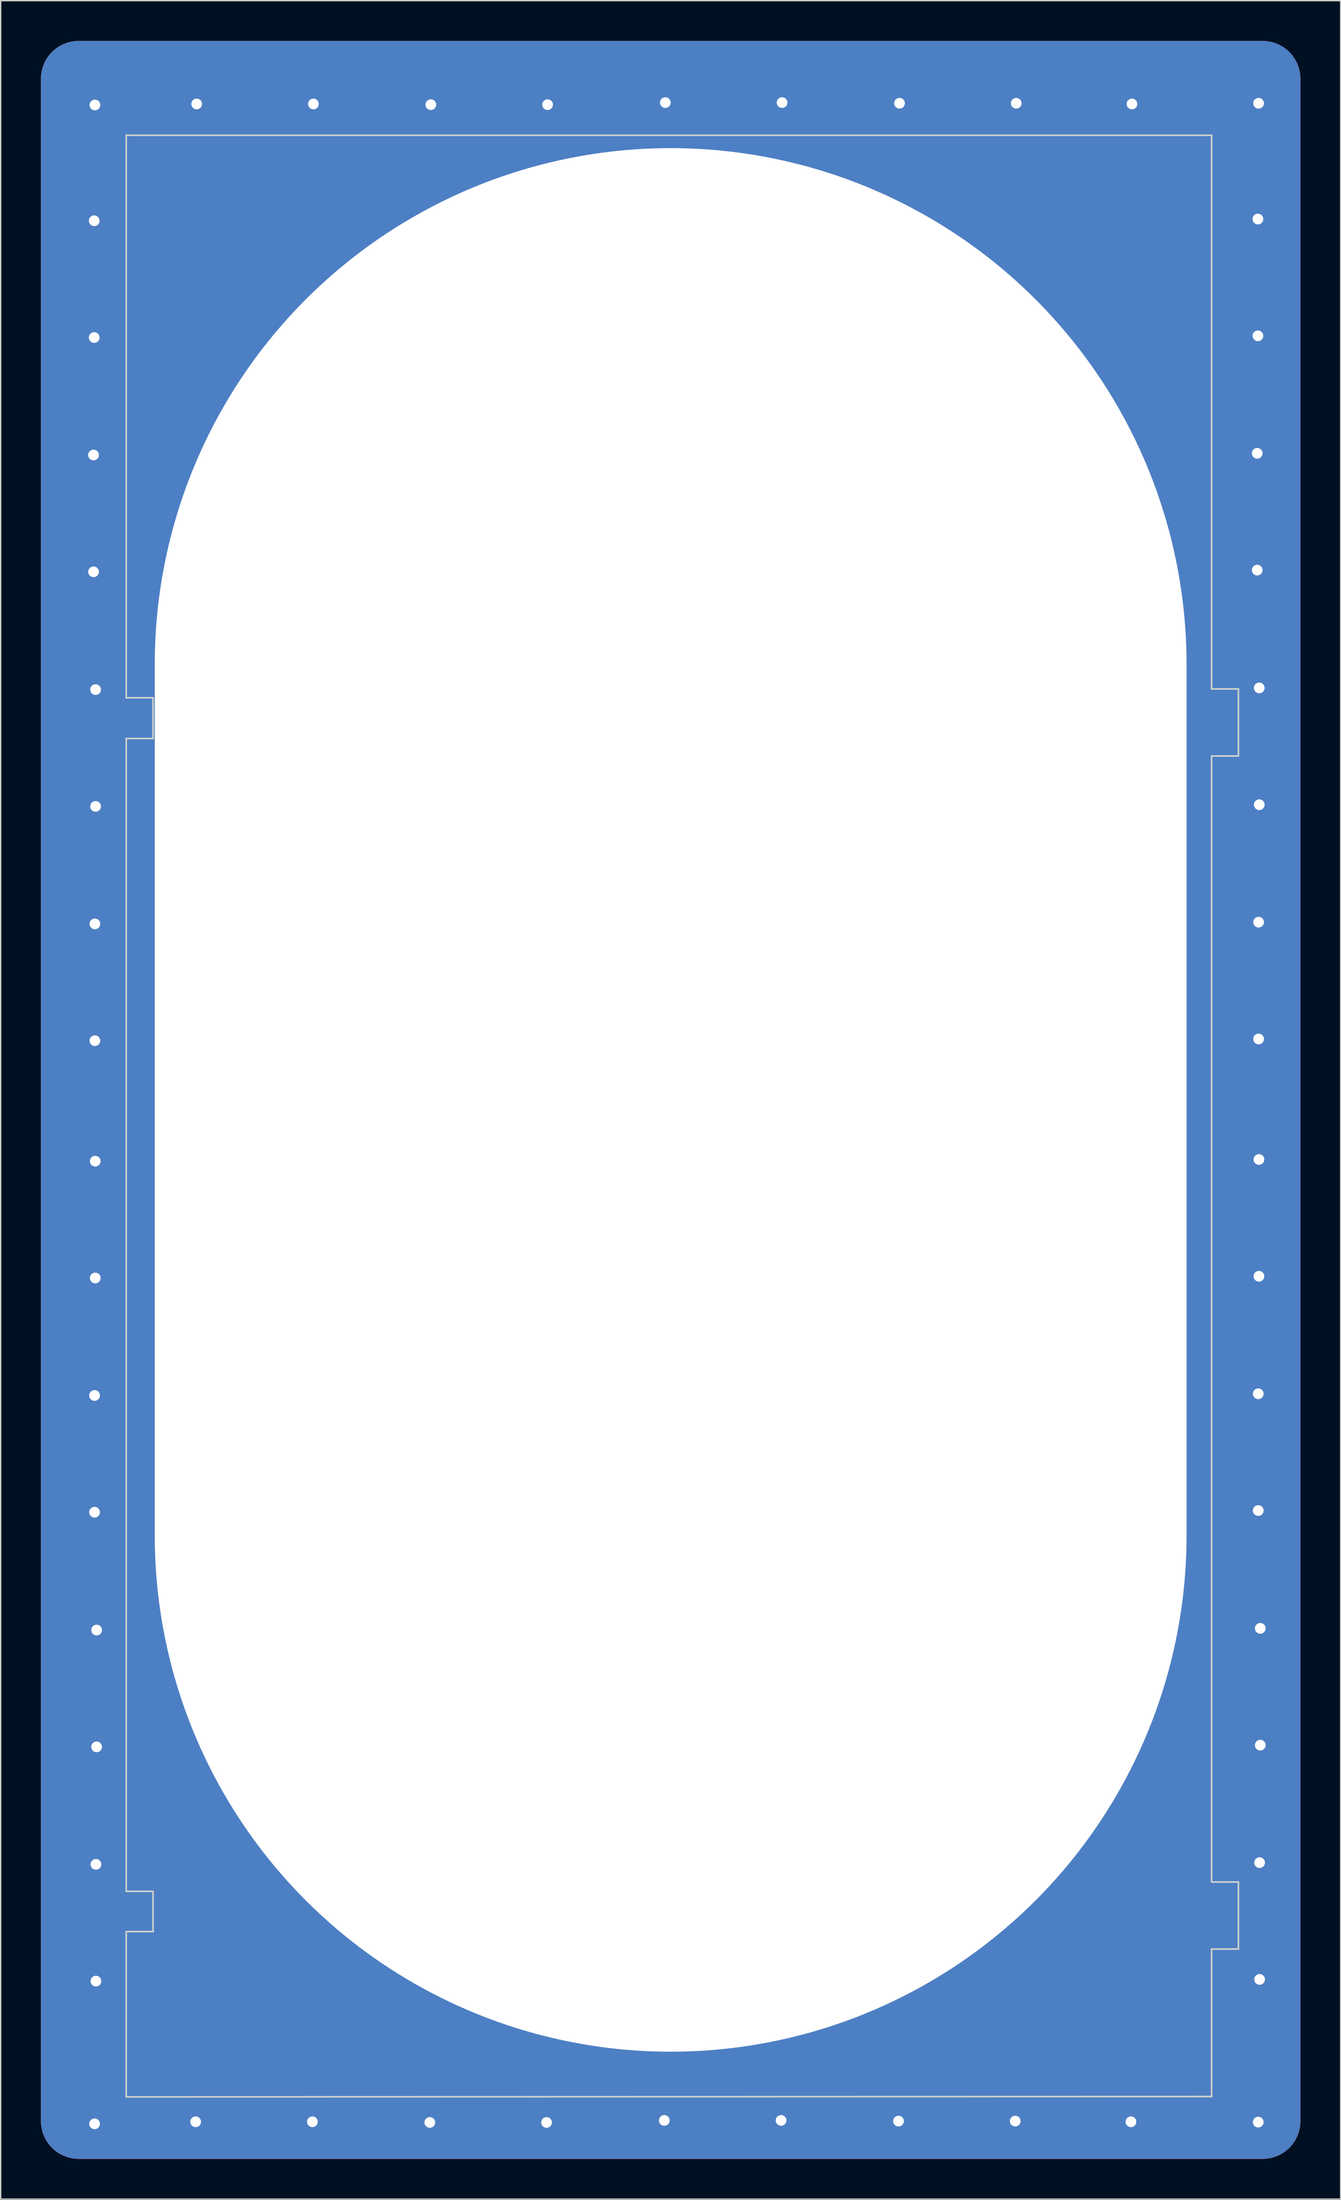
<source format=kicad_pcb>
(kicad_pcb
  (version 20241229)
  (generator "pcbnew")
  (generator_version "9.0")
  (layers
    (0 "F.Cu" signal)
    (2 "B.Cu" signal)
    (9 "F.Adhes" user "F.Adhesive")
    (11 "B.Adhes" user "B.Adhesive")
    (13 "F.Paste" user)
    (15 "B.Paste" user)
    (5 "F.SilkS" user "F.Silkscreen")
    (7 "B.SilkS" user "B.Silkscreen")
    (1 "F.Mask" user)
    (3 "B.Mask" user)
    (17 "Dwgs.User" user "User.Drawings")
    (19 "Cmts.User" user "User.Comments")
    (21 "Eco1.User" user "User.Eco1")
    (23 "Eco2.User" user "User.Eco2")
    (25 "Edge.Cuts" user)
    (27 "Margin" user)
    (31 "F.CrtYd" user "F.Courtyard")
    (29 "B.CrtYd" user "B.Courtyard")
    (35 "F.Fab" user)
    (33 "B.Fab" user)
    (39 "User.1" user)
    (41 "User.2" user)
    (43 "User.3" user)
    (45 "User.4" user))
  (footprint "BreadBoard 81x146"
    (layer "F.Cu")
    (at 48 79)
    (property "Reference" "BreadBoard 81x146" (at 0 -0.5 0) (unlocked yes) (layer "F.SilkS") (effects (font (size 1 1) (thickness 0.15))))
    (attr through_hole)
    (fp_line (start -41.63 -71.961) (end 39.37 -71.961) (stroke (width 0.12) (type solid)) (layer "Edge.Cuts"))
    (fp_line (start -41.63 -30) (end -41.63 -71.961) (stroke (width 0.12) (type solid)) (layer "Edge.Cuts"))
    (fp_line (start -41.63 -30) (end -39.63 -30) (stroke (width 0.12) (type solid)) (layer "Edge.Cuts"))
    (fp_line (start -41.63 -26.961) (end -41.63 59.039) (stroke (width 0.12) (type solid)) (layer "Edge.Cuts"))
    (fp_line (start -41.63 -26.961) (end -39.63 -26.961) (stroke (width 0.12) (type solid)) (layer "Edge.Cuts"))
    (fp_line (start -41.63 62.039) (end -41.631 74.371) (stroke (width 0.12) (type solid)) (layer "Edge.Cuts"))
    (fp_line (start -41.63 62.039) (end -39.63 62.039) (stroke (width 0.12) (type solid)) (layer "Edge.Cuts"))
    (fp_line (start -39.63 -30) (end -39.63 -26.961) (stroke (width 0.12) (type solid)) (layer "Edge.Cuts"))
    (fp_line (start -39.63 59.039) (end -41.63 59.039) (stroke (width 0.12) (type solid)) (layer "Edge.Cuts"))
    (fp_line (start -39.63 59.039) (end -39.63 62.039) (stroke (width 0.12) (type solid)) (layer "Edge.Cuts"))
    (fp_line (start 39.37 -30.656) (end 39.37 -71.961) (stroke (width 0.12) (type solid)) (layer "Edge.Cuts"))
    (fp_line (start 39.37 -30.656) (end 41.37 -30.656) (stroke (width 0.12) (type solid)) (layer "Edge.Cuts"))
    (fp_line (start 39.37 58.344) (end 39.37 -25.656) (stroke (width 0.12) (type solid)) (layer "Edge.Cuts"))
    (fp_line (start 39.37 58.344) (end 41.37 58.344) (stroke (width 0.12) (type solid)) (layer "Edge.Cuts"))
    (fp_line (start 39.37 63.344) (end 39.37 74.344) (stroke (width 0.12) (type solid)) (layer "Edge.Cuts"))
    (fp_line (start 39.37 63.344) (end 41.37 63.344) (stroke (width 0.12) (type solid)) (layer "Edge.Cuts"))
    (fp_line (start 39.37 74.344) (end -41.631 74.371) (stroke (width 0.12) (type solid)) (layer "Edge.Cuts"))
    (fp_line (start 41.37 -25.656) (end 39.37 -25.656) (stroke (width 0.12) (type solid)) (layer "Edge.Cuts"))
    (fp_line (start 41.37 -25.656) (end 41.37 -30.656) (stroke (width 0.12) (type solid)) (layer "Edge.Cuts"))
    (fp_line (start 41.37 63.344) (end 41.37 58.344) (stroke (width 0.12) (type solid)) (layer "Edge.Cuts"))
    (pad "1" thru_hole roundrect (at -1 0) (size 94 158) (drill oval 77 142) (layers "*.Cu" "*.Mask") (roundrect_rratio 0.03))
    (pad "2" thru_hole circle (at -44.069 -48.108) (size 2 2) (drill 0.8) (layers "*.Cu" "*.Mask"))
    (pad "2" thru_hole circle (at -44.069 -39.395) (size 2 2) (drill 0.8) (layers "*.Cu" "*.Mask"))
    (pad "2" thru_hole circle (at -44.018 -65.583) (size 2 2) (drill 0.8) (layers "*.Cu" "*.Mask"))
    (pad "2" thru_hole circle (at -44.018 -56.871) (size 2 2) (drill 0.8) (layers "*.Cu" "*.Mask"))
    (pad "2" thru_hole circle (at -43.993 22.047) (size 2 2) (drill 0.8) (layers "*.Cu" "*.Mask"))
    (pad "2" thru_hole circle (at -43.993 30.759) (size 2 2) (drill 0.8) (layers "*.Cu" "*.Mask"))
    (pad "2" thru_hole circle (at -43.993 76.38) (size 2 2) (drill 0.8) (layers "*.Cu" "*.Mask"))
    (pad "2" thru_hole circle (at -43.967 -74.219) (size 2 2) (drill 0.8) (layers "*.Cu" "*.Mask"))
    (pad "2" thru_hole circle (at -43.967 -13.132) (size 2 2) (drill 0.8) (layers "*.Cu" "*.Mask"))
    (pad "2" thru_hole circle (at -43.967 -4.42) (size 2 2) (drill 0.8) (layers "*.Cu" "*.Mask"))
    (pad "2" thru_hole circle (at -43.942 4.572) (size 2 2) (drill 0.8) (layers "*.Cu" "*.Mask"))
    (pad "2" thru_hole circle (at -43.942 13.284) (size 2 2) (drill 0.8) (layers "*.Cu" "*.Mask"))
    (pad "2" thru_hole circle (at -43.917 -30.607) (size 2 2) (drill 0.8) (layers "*.Cu" "*.Mask"))
    (pad "2" thru_hole circle (at -43.917 -21.895) (size 2 2) (drill 0.8) (layers "*.Cu" "*.Mask"))
    (pad "2" thru_hole circle (at -43.891 57.023) (size 2 2) (drill 0.8) (layers "*.Cu" "*.Mask"))
    (pad "2" thru_hole circle (at -43.891 65.735) (size 2 2) (drill 0.8) (layers "*.Cu" "*.Mask"))
    (pad "2" thru_hole circle (at -43.84 39.548) (size 2 2) (drill 0.8) (layers "*.Cu" "*.Mask"))
    (pad "2" thru_hole circle (at -43.84 48.26) (size 2 2) (drill 0.8) (layers "*.Cu" "*.Mask"))
    (pad "2" thru_hole circle (at -36.449 76.227 270) (size 2 2) (drill 0.8) (layers "*.Cu" "*.Mask"))
    (pad "2" thru_hole circle (at -36.373 -74.295 270) (size 2 2) (drill 0.8) (layers "*.Cu" "*.Mask"))
    (pad "2" thru_hole circle (at -27.737 76.227 270) (size 2 2) (drill 0.8) (layers "*.Cu" "*.Mask"))
    (pad "2" thru_hole circle (at -27.661 -74.295 270) (size 2 2) (drill 0.8) (layers "*.Cu" "*.Mask"))
    (pad "2" thru_hole circle (at -18.974 76.278 270) (size 2 2) (drill 0.8) (layers "*.Cu" "*.Mask"))
    (pad "2" thru_hole circle (at -18.898 -74.244 270) (size 2 2) (drill 0.8) (layers "*.Cu" "*.Mask"))
    (pad "2" thru_hole circle (at -10.262 76.278 270) (size 2 2) (drill 0.8) (layers "*.Cu" "*.Mask"))
    (pad "2" thru_hole circle (at -10.185 -74.244 270) (size 2 2) (drill 0.8) (layers "*.Cu" "*.Mask"))
    (pad "2" thru_hole circle (at -1.473 76.126 270) (size 2 2) (drill 0.8) (layers "*.Cu" "*.Mask"))
    (pad "2" thru_hole circle (at -1.397 -74.397 270) (size 2 2) (drill 0.8) (layers "*.Cu" "*.Mask"))
    (pad "2" thru_hole circle (at 7.239 76.126 270) (size 2 2) (drill 0.8) (layers "*.Cu" "*.Mask"))
    (pad "2" thru_hole circle (at 7.315 -74.397 270) (size 2 2) (drill 0.8) (layers "*.Cu" "*.Mask"))
    (pad "2" thru_hole circle (at 16.002 76.177 270) (size 2 2) (drill 0.8) (layers "*.Cu" "*.Mask"))
    (pad "2" thru_hole circle (at 16.078 -74.346 270) (size 2 2) (drill 0.8) (layers "*.Cu" "*.Mask"))
    (pad "2" thru_hole circle (at 24.714 76.177 270) (size 2 2) (drill 0.8) (layers "*.Cu" "*.Mask"))
    (pad "2" thru_hole circle (at 24.79 -74.346 270) (size 2 2) (drill 0.8) (layers "*.Cu" "*.Mask"))
    (pad "2" thru_hole circle (at 33.35 76.227 270) (size 2 2) (drill 0.8) (layers "*.Cu" "*.Mask"))
    (pad "2" thru_hole circle (at 33.426 -74.295 270) (size 2 2) (drill 0.8) (layers "*.Cu" "*.Mask"))
    (pad "2" thru_hole circle (at 42.774 -48.235) (size 2 2) (drill 0.8) (layers "*.Cu" "*.Mask"))
    (pad "2" thru_hole circle (at 42.774 -39.522) (size 2 2) (drill 0.8) (layers "*.Cu" "*.Mask"))
    (pad "2" thru_hole circle (at 42.824 -65.71) (size 2 2) (drill 0.8) (layers "*.Cu" "*.Mask"))
    (pad "2" thru_hole circle (at 42.824 -56.998) (size 2 2) (drill 0.8) (layers "*.Cu" "*.Mask"))
    (pad "2" thru_hole circle (at 42.85 21.92) (size 2 2) (drill 0.8) (layers "*.Cu" "*.Mask"))
    (pad "2" thru_hole circle (at 42.85 30.632) (size 2 2) (drill 0.8) (layers "*.Cu" "*.Mask"))
    (pad "2" thru_hole circle (at 42.85 76.253) (size 2 2) (drill 0.8) (layers "*.Cu" "*.Mask"))
    (pad "2" thru_hole circle (at 42.875 -74.346) (size 2 2) (drill 0.8) (layers "*.Cu" "*.Mask"))
    (pad "2" thru_hole circle (at 42.875 -13.259) (size 2 2) (drill 0.8) (layers "*.Cu" "*.Mask"))
    (pad "2" thru_hole circle (at 42.875 -4.547) (size 2 2) (drill 0.8) (layers "*.Cu" "*.Mask"))
    (pad "2" thru_hole circle (at 42.901 4.445) (size 2 2) (drill 0.8) (layers "*.Cu" "*.Mask"))
    (pad "2" thru_hole circle (at 42.901 13.157) (size 2 2) (drill 0.8) (layers "*.Cu" "*.Mask"))
    (pad "2" thru_hole circle (at 42.926 -30.734) (size 2 2) (drill 0.8) (layers "*.Cu" "*.Mask"))
    (pad "2" thru_hole circle (at 42.926 -22.022) (size 2 2) (drill 0.8) (layers "*.Cu" "*.Mask"))
    (pad "2" thru_hole circle (at 42.951 56.896) (size 2 2) (drill 0.8) (layers "*.Cu" "*.Mask"))
    (pad "2" thru_hole circle (at 42.951 65.608) (size 2 2) (drill 0.8) (layers "*.Cu" "*.Mask"))
    (pad "2" thru_hole circle (at 43.002 39.421) (size 2 2) (drill 0.8) (layers "*.Cu" "*.Mask"))
    (pad "2" thru_hole circle (at 43.002 48.133) (size 2 2) (drill 0.8) (layers "*.Cu" "*.Mask")))
  (gr_rect
    (start -3 -3)
    (end 97 161)
    (stroke (width 0.1) (type default))
    (fill no)
    (layer "Edge.Cuts")))
</source>
